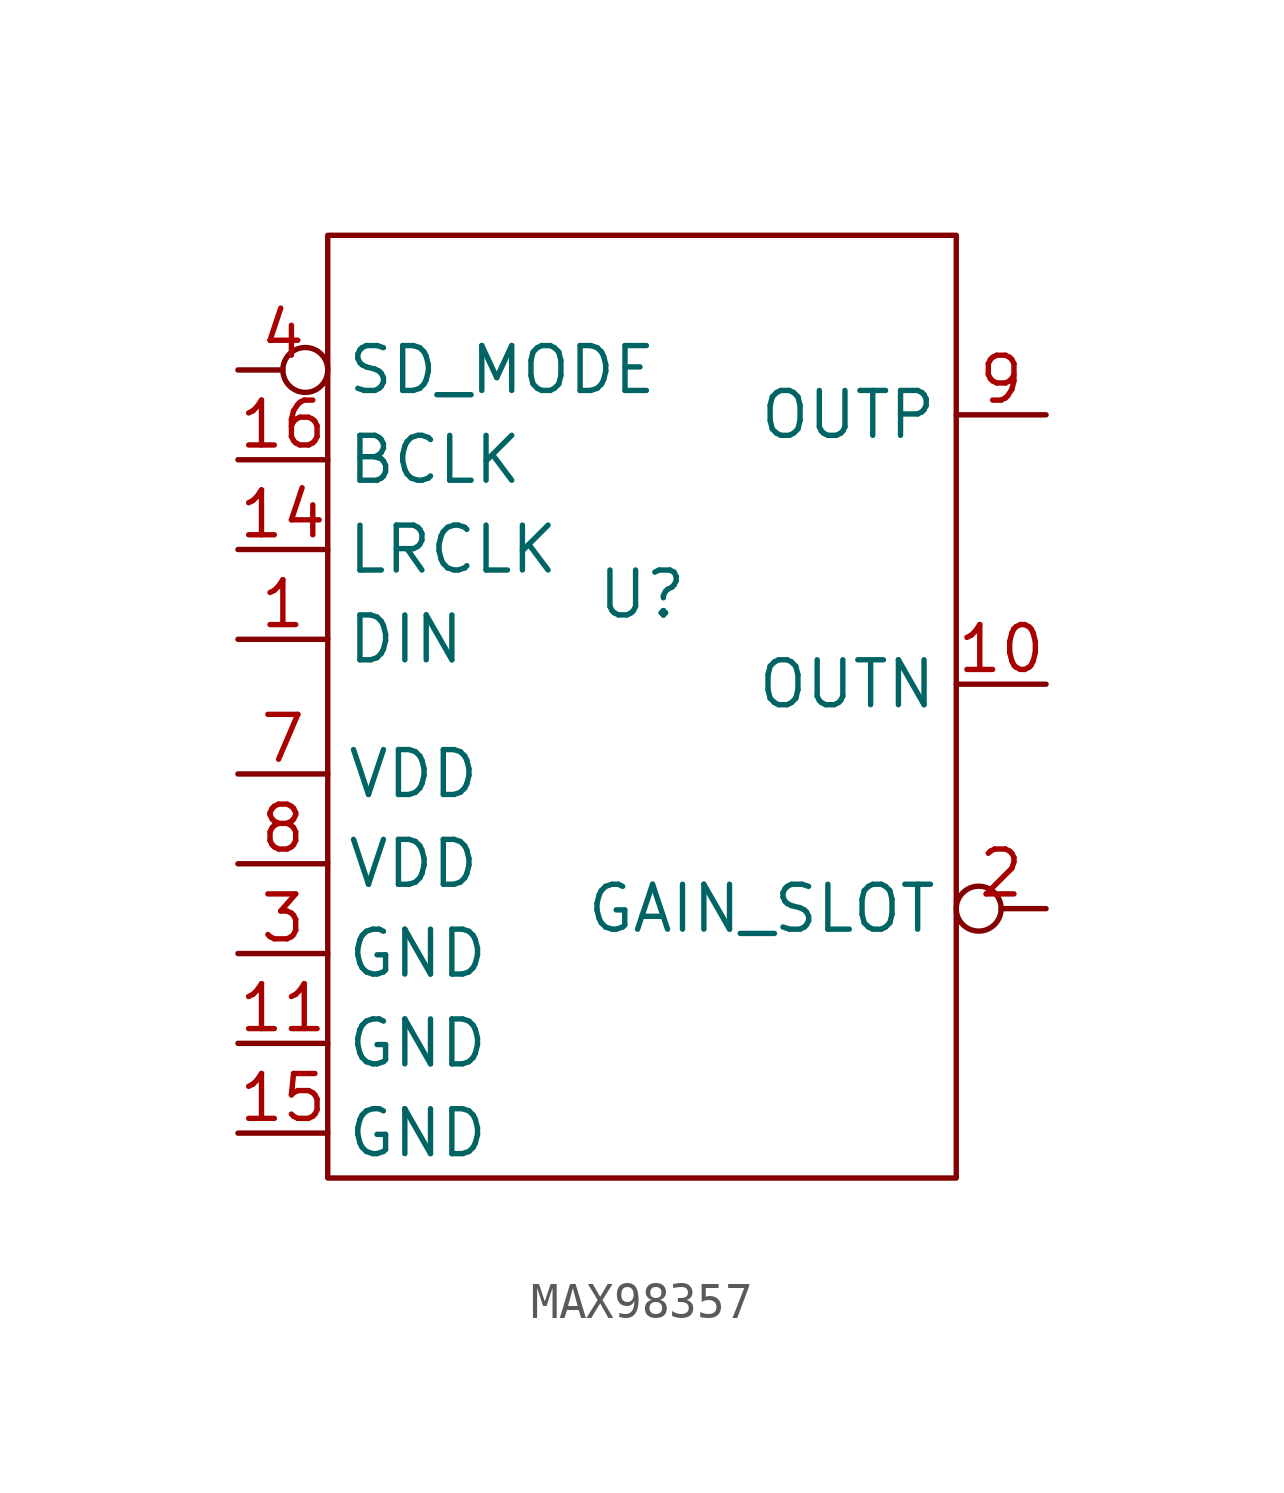
<source format=kicad_sym>
(kicad_symbol_lib
  (version 20220914)
  (generator kicad_symbol_editor)
  (symbol "MAX98357"
    (property "Reference" "U"
      (at 0 0 0)
      (effects (font (size 1.27 1.27))))
    (property "Value" ""
      (at 0 0 0)
      (effects (font (size 1.27 1.27))))
    (symbol "MAX98357_0_1"
      (rectangle (start -8.89 10.16) (end 8.89 -16.51) (stroke (width 0) (type default)) (fill (type none))))
    (symbol "MAX98357_1_1"
      (pin input line (at -11.43 -1.27 0) (length 2.54) (name "DIN" (effects (font (size 1.27 1.27)))) (number "1" (effects (font (size 1.27 1.27)))))
      (pin output line (at 11.43 -2.54 180) (length 2.54) (name "OUTN" (effects (font (size 1.27 1.27)))) (number "10" (effects (font (size 1.27 1.27)))))
      (pin power_in line (at -11.43 -12.7 0) (length 2.54) (name "GND" (effects (font (size 1.27 1.27)))) (number "11" (effects (font (size 1.27 1.27)))))
      (pin input line (at -11.43 1.27 0) (length 2.54) (name "LRCLK" (effects (font (size 1.27 1.27)))) (number "14" (effects (font (size 1.27 1.27)))))
      (pin power_in line (at -11.43 -15.24 0) (length 2.54) (name "GND" (effects (font (size 1.27 1.27)))) (number "15" (effects (font (size 1.27 1.27)))))
      (pin input line (at -11.43 3.81 0) (length 2.54) (name "BCLK" (effects (font (size 1.27 1.27)))) (number "16" (effects (font (size 1.27 1.27)))))
      (pin output inverted (at 11.43 -8.89 180) (length 2.54) (name "GAIN_SLOT" (effects (font (size 1.27 1.27)))) (number "2" (effects (font (size 1.27 1.27)))))
      (pin power_in line (at -11.43 -10.16 0) (length 2.54) (name "GND" (effects (font (size 1.27 1.27)))) (number "3" (effects (font (size 1.27 1.27)))))
      (pin input inverted (at -11.43 6.35 0) (length 2.54) (name "SD_MODE" (effects (font (size 1.27 1.27)))) (number "4" (effects (font (size 1.27 1.27)))))
      (pin input line (at -11.43 -5.08 0) (length 2.54) (name "VDD" (effects (font (size 1.27 1.27)))) (number "7" (effects (font (size 1.27 1.27)))))
      (pin input line (at -11.43 -7.62 0) (length 2.54) (name "VDD" (effects (font (size 1.27 1.27)))) (number "8" (effects (font (size 1.27 1.27)))))
      (pin output line (at 11.43 5.08 180) (length 2.54) (name "OUTP" (effects (font (size 1.27 1.27)))) (number "9" (effects (font (size 1.27 1.27))))))))
</source>
